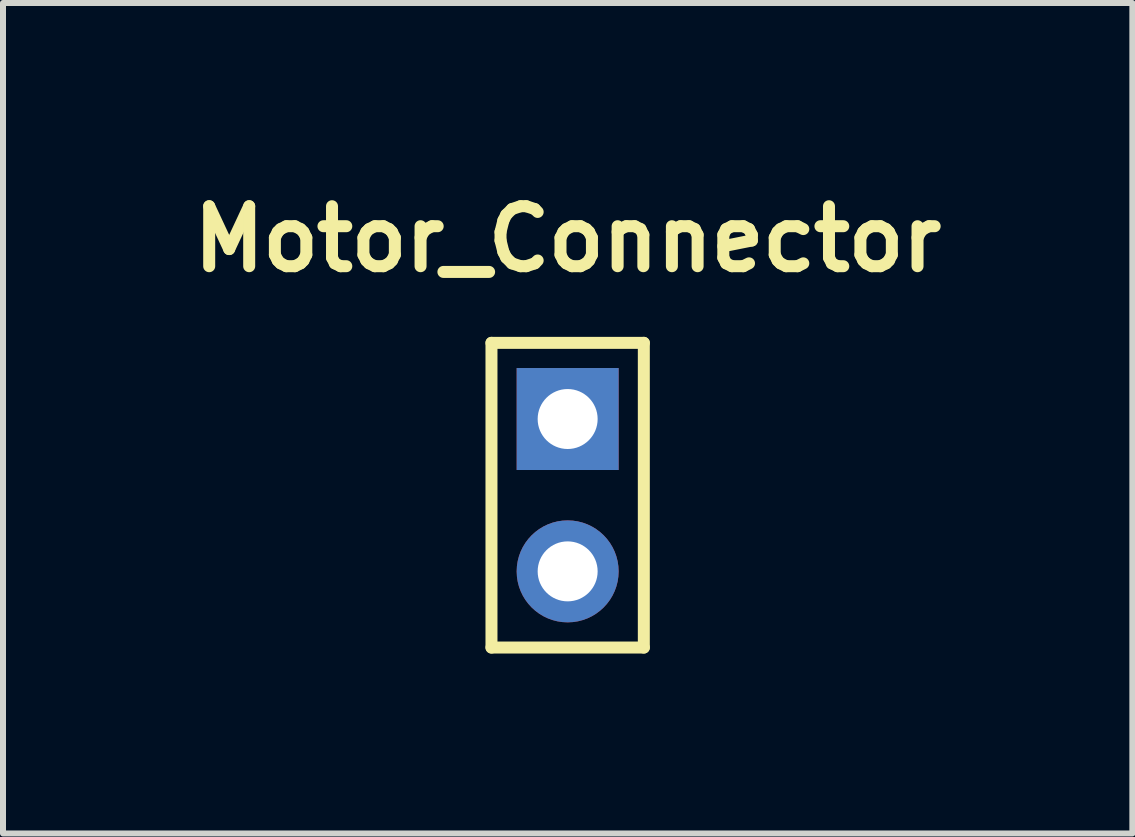
<source format=kicad_pcb>
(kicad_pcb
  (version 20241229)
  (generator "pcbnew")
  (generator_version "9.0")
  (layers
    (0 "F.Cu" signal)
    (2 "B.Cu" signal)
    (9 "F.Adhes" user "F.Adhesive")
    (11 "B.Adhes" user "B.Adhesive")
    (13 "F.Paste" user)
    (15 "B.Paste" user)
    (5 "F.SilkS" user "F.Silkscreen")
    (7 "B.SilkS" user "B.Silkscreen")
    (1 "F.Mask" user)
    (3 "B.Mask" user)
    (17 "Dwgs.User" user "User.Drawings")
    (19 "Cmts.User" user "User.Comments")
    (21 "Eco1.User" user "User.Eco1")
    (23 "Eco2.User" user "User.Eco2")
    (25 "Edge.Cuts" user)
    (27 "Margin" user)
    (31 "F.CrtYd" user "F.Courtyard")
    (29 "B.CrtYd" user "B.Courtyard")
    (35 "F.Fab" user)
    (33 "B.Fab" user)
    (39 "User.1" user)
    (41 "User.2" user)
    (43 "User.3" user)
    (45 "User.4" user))
  (footprint "Motor_Connector"
    (layer "F.Cu")
    (at 6.414 3.936)
    (property "Reference" "Motor_Connector" (at 0 -3 0) (layer "F.SilkS") (effects (font (size 1 1) (thickness 0.2))))
    (attr through_hole)
    (fp_line (start -1.27 3.81) (end -1.27 -1.27) (stroke (width 0.2) (type default)) (layer "F.SilkS"))
    (fp_line (start 1.27 -1.27) (end -1.27 -1.27) (stroke (width 0.2) (type default)) (layer "F.SilkS"))
    (fp_line (start 1.27 -1.27) (end 1.27 3.81) (stroke (width 0.2) (type default)) (layer "F.SilkS"))
    (fp_line (start 1.27 3.81) (end -1.27 3.81) (stroke (width 0.2) (type default)) (layer "F.SilkS"))
    (pad "1" thru_hole rect (at 0 0) (size 1.7 1.7) (drill 1) (layers "*.Cu" "*.Mask"))
    (pad "2" thru_hole oval (at 0 2.54) (size 1.7 1.7) (drill 1) (layers "*.Cu" "*.Mask")))
  (gr_rect
    (start -3 -3)
    (end 15.829 10.846)
    (stroke (width 0.1) (type default))
    (fill no)
    (layer "Edge.Cuts")))
</source>
